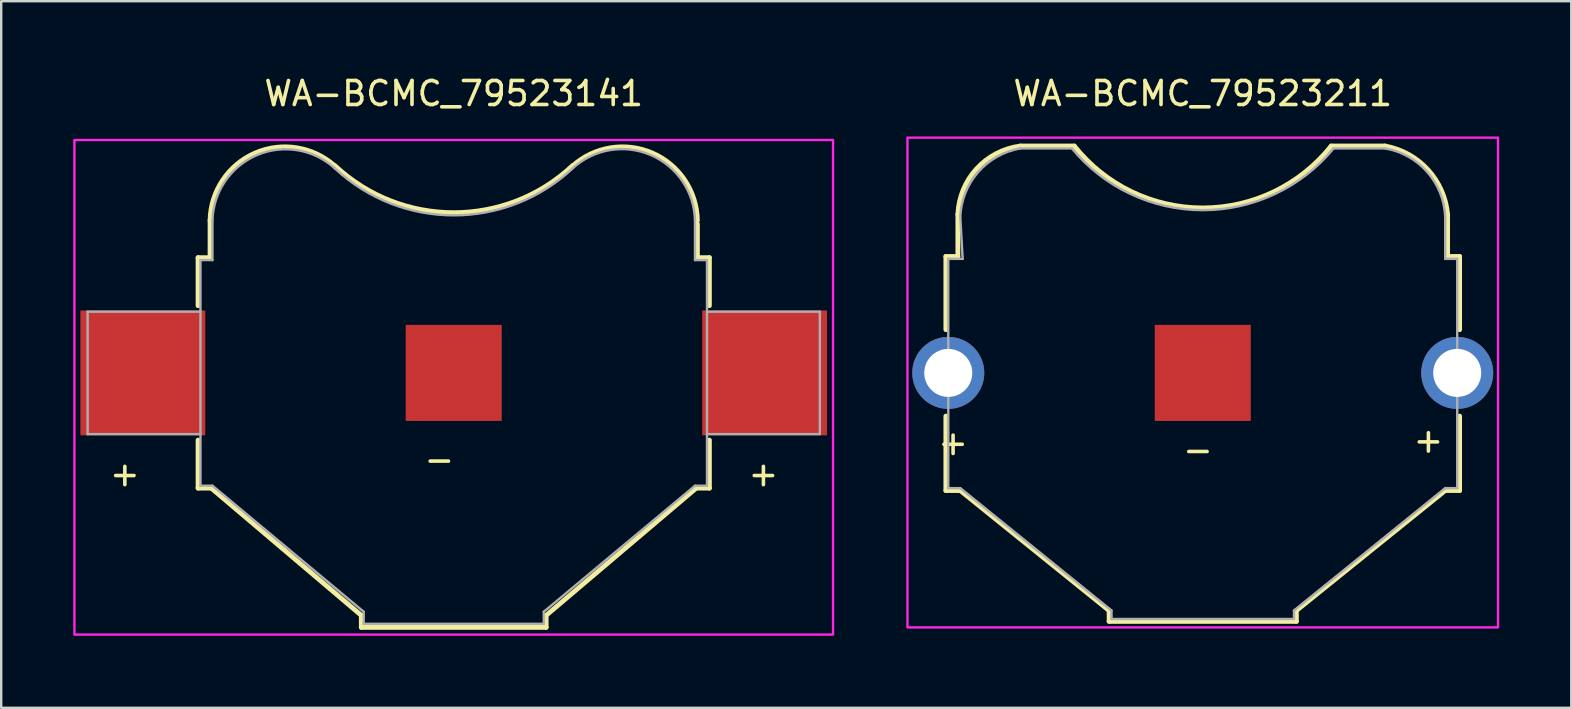
<source format=kicad_pcb>
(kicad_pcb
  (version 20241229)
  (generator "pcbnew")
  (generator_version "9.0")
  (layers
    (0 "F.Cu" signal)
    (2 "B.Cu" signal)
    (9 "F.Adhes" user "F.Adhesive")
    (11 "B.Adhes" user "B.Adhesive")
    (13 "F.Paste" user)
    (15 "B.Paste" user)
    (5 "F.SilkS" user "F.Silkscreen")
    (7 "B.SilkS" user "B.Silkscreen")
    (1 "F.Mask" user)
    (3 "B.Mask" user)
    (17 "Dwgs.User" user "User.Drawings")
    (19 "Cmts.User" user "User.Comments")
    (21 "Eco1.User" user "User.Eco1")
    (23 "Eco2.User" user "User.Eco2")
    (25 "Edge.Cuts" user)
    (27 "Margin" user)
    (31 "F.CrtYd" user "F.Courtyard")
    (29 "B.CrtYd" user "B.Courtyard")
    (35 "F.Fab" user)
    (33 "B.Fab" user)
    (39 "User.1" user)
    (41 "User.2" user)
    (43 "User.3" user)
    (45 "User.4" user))
  (footprint "WA-BCMC_79523211"
    (layer "F.Cu")
    (at 47.05 12.483)
    (property "Reference" "WA-BCMC_79523211" (at 0 -11.635 0) (layer "F.SilkS") (effects (font (size 1 1) (thickness 0.15))))
    (attr through_hole)
    (fp_poly (pts (xy -10.1 4.8) (xy -10.6 4.8) (xy -10.6 -4.75) (xy -10.1 -4.75) (xy -10.1 -6.5) (xy -10.093 -6.621) (xy -10.079 -6.757) (xy -10.058 -6.892) (xy -10.032 -7.026) (xy -10 -7.159) (xy -9.961 -7.291) (xy -9.917 -7.42) (xy -9.867 -7.547) (xy -9.811 -7.672) (xy -9.75 -7.794) (xy -9.683 -7.914) (xy -9.61 -8.03) (xy -9.533 -8.143) (xy -9.45 -8.252) (xy -9.363 -8.357) (xy -9.271 -8.458) (xy -9.174 -8.555) (xy -9.073 -8.647) (xy -8.969 -8.735) (xy -8.86 -8.818) (xy -8.747 -8.896) (xy -8.631 -8.969) (xy -8.512 -9.036) (xy -8.39 -9.098) (xy -8.266 -9.154) (xy -8.139 -9.205) (xy -8.009 -9.25) (xy -7.878 -9.288) (xy -7.745 -9.321) (xy -7.6 -9.35) (xy -5.45 -9.35) (xy -5.138 -8.996) (xy -4.847 -8.705) (xy -4.54 -8.432) (xy -4.218 -8.177) (xy -3.881 -7.942) (xy -3.532 -7.726) (xy -3.17 -7.531) (xy -2.798 -7.357) (xy -2.416 -7.206) (xy -2.026 -7.076) (xy -1.629 -6.97) (xy -1.227 -6.887) (xy -0.82 -6.828) (xy -0.411 -6.792) (xy 0 -6.78) (xy 0.411 -6.792) (xy 0.82 -6.828) (xy 1.227 -6.887) (xy 1.629 -6.97) (xy 2.026 -7.076) (xy 2.416 -7.206) (xy 2.798 -7.357) (xy 3.17 -7.531) (xy 3.532 -7.726) (xy 3.881 -7.942) (xy 4.218 -8.177) (xy 4.54 -8.432) (xy 4.847 -8.705) (xy 5.138 -8.996) (xy 5.45 -9.35) (xy 7.6 -9.35) (xy 7.745 -9.321) (xy 7.878 -9.288) (xy 8.009 -9.25) (xy 8.139 -9.205) (xy 8.266 -9.154) (xy 8.39 -9.098) (xy 8.512 -9.036) (xy 8.631 -8.969) (xy 8.747 -8.896) (xy 8.86 -8.818) (xy 8.969 -8.735) (xy 9.073 -8.647) (xy 9.174 -8.555) (xy 9.271 -8.458) (xy 9.363 -8.357) (xy 9.45 -8.252) (xy 9.533 -8.143) (xy 9.61 -8.03) (xy 9.683 -7.914) (xy 9.75 -7.794) (xy 9.811 -7.672) (xy 9.867 -7.547) (xy 9.917 -7.42) (xy 9.961 -7.291) (xy 10 -7.159) (xy 10.032 -7.026) (xy 10.058 -6.892) (xy 10.079 -6.757) (xy 10.093 -6.621) (xy 10.1 -6.5) (xy 10.1 -4.75) (xy 10.6 -4.75) (xy 10.6 4.8) (xy 10.1 4.8) (xy 3.8 9.9) (xy 3.8 10.25) (xy -3.8 10.25) (xy -3.8 9.9) (xy -10.1 4.8)) (stroke (width 0.1) (type solid)) (fill yes) (layer "F.Mask"))
    (fp_line (start -10.7 -4.85) (end -10.2 -4.85) (stroke (width 0.2) (type solid)) (layer "F.SilkS"))
    (fp_line (start -10.7 -1.8) (end -10.7 -4.85) (stroke (width 0.2) (type solid)) (layer "F.SilkS"))
    (fp_line (start -10.7 1.8) (end -10.7 4.9) (stroke (width 0.2) (type solid)) (layer "F.SilkS"))
    (fp_line (start -10.7 4.9) (end -10.1 4.9) (stroke (width 0.2) (type solid)) (layer "F.SilkS"))
    (fp_line (start -10.2 -4.85) (end -10.2 -6.6) (stroke (width 0.2) (type solid)) (layer "F.SilkS"))
    (fp_line (start -7.6 -9.45) (end -5.35 -9.45) (stroke (width 0.2) (type solid)) (layer "F.SilkS"))
    (fp_line (start -3.9 9.9) (end -10.1 4.9) (stroke (width 0.2) (type solid)) (layer "F.SilkS"))
    (fp_line (start -3.9 10.35) (end -3.9 9.9) (stroke (width 0.2) (type solid)) (layer "F.SilkS"))
    (fp_line (start -3.9 10.35) (end 3.9 10.35) (stroke (width 0.2) (type solid)) (layer "F.SilkS"))
    (fp_line (start 3.9 9.9) (end 10.1 4.9) (stroke (width 0.2) (type solid)) (layer "F.SilkS"))
    (fp_line (start 3.9 10.35) (end 3.9 9.9) (stroke (width 0.2) (type solid)) (layer "F.SilkS"))
    (fp_line (start 5.35 -9.45) (end 7.6 -9.45) (stroke (width 0.2) (type solid)) (layer "F.SilkS"))
    (fp_line (start 10.1 4.9) (end 10.7 4.9) (stroke (width 0.2) (type solid)) (layer "F.SilkS"))
    (fp_line (start 10.2 -4.85) (end 10.2 -6.6) (stroke (width 0.2) (type solid)) (layer "F.SilkS"))
    (fp_line (start 10.7 -4.85) (end 10.2 -4.85) (stroke (width 0.2) (type solid)) (layer "F.SilkS"))
    (fp_line (start 10.7 -1.8) (end 10.7 -4.85) (stroke (width 0.2) (type solid)) (layer "F.SilkS"))
    (fp_line (start 10.7 4.9) (end 10.7 1.8) (stroke (width 0.2) (type solid)) (layer "F.SilkS"))
    (fp_arc (start -10.2 -6.6) (mid -9.422154 -8.501351) (end -7.6 -9.45) (stroke (width 0.2) (type solid)) (layer "F.SilkS"))
    (fp_arc (start 5.35 -9.45) (mid 0 -6.871193) (end -5.35 -9.45) (stroke (width 0.2) (type solid)) (layer "F.SilkS"))
    (fp_arc (start 7.6 -9.45) (mid 9.380251 -8.463124) (end 10.2 -6.6) (stroke (width 0.2) (type solid)) (layer "F.SilkS"))
    (fp_poly (pts (xy -12.3 -9.8) (xy 12.3 -9.8) (xy 12.3 10.6) (xy -12.3 10.6)) (stroke (width 0.1) (type solid)) (fill no) (layer "F.CrtYd"))
    (fp_line (start -10.6 -4.75) (end -10.6 4.8) (stroke (width 0.1) (type solid)) (layer "F.Fab"))
    (fp_line (start -10.6 -4.75) (end -10 -4.75) (stroke (width 0.1) (type solid)) (layer "F.Fab"))
    (fp_line (start -10.6 4.8) (end -10.1 4.8) (stroke (width 0.1) (type solid)) (layer "F.Fab"))
    (fp_line (start -10 -4.75) (end -10.1 -6.5) (stroke (width 0.1) (type solid)) (layer "F.Fab"))
    (fp_line (start -7.6 -9.35) (end -5.45 -9.35) (stroke (width 0.1) (type solid)) (layer "F.Fab"))
    (fp_line (start -3.8 9.9) (end -10.1 4.8) (stroke (width 0.1) (type solid)) (layer "F.Fab"))
    (fp_line (start -3.8 10.25) (end -3.8 9.9) (stroke (width 0.1) (type solid)) (layer "F.Fab"))
    (fp_line (start -3.8 10.25) (end 3.8 10.25) (stroke (width 0.1) (type solid)) (layer "F.Fab"))
    (fp_line (start 3.8 9.9) (end 10.1 4.8) (stroke (width 0.1) (type solid)) (layer "F.Fab"))
    (fp_line (start 3.8 10.25) (end 3.8 9.9) (stroke (width 0.1) (type solid)) (layer "F.Fab"))
    (fp_line (start 7.6 -9.35) (end 5.45 -9.35) (stroke (width 0.1) (type solid)) (layer "F.Fab"))
    (fp_line (start 10.1 -4.75) (end 10.1 -6.5) (stroke (width 0.1) (type solid)) (layer "F.Fab"))
    (fp_line (start 10.1 -4.75) (end 10.6 -4.75) (stroke (width 0.1) (type solid)) (layer "F.Fab"))
    (fp_line (start 10.1 4.8) (end 10.6 4.8) (stroke (width 0.1) (type solid)) (layer "F.Fab"))
    (fp_line (start 10.6 -4.75) (end 10.6 4.8) (stroke (width 0.1) (type solid)) (layer "F.Fab"))
    (fp_arc (start -10.1 -6.499999) (mid -9.354044 -8.367143) (end -7.6 -9.35) (stroke (width 0.1) (type solid)) (layer "F.Fab"))
    (fp_arc (start 5.45 -9.35) (mid 0 -6.779759) (end -5.45 -9.35) (stroke (width 0.1) (type solid)) (layer "F.Fab"))
    (fp_arc (start 7.599999 -9.35) (mid 9.354043 -8.367144) (end 10.1 -6.5) (stroke (width 0.1) (type solid)) (layer "F.Fab"))
    (fp_text user "+" (at 9.4 2.8 0) (layer "F.SilkS") (effects (font (size 1 1) (thickness 0.15))))
    (fp_text user "+" (at -10.4 2.9 0) (layer "F.SilkS") (effects (font (size 1 1) (thickness 0.15))))
    (fp_text user "-" (at -0.2 3.2 0) (layer "F.SilkS") (effects (font (size 1 1) (thickness 0.15))))
    (pad "-" smd rect (at 0 0) (size 4 4) (layers "F.Cu" "F.Mask" "F.Paste"))
    (pad "1" thru_hole circle (at -10.6 0) (size 3 3) (drill 2) (layers "*.Cu" "*.Mask"))
    (pad "2" thru_hole circle (at 10.6 0) (size 3 3) (drill 2) (layers "*.Cu" "*.Mask")))
  (footprint "WA-BCMC_79523141"
    (layer "F.Cu")
    (at 15.85 12.483)
    (property "Reference" "WA-BCMC_79523141" (at 0 -11.635 0) (layer "F.SilkS") (effects (font (size 1 1) (thickness 0.15))))
    (attr smd)
    (fp_poly (pts (xy -10.55 2.55) (xy -10.55 4.7) (xy -10.05 4.7) (xy -3.75 9.95) (xy -3.75 10.45) (xy 3.75 10.45) (xy 3.75 9.95) (xy 10.05 4.7) (xy 10.55 4.7) (xy 10.55 2.55) (xy 10.55 -2.55) (xy 10.55 -4.7) (xy 10.05 -4.7) (xy 10.05 -6.35) (xy 10.037 -6.566) (xy 10.006 -6.798) (xy 9.958 -7.026) (xy 9.892 -7.25) (xy 9.809 -7.469) (xy 9.71 -7.68) (xy 9.594 -7.883) (xy 9.464 -8.077) (xy 9.318 -8.26) (xy 9.16 -8.431) (xy 8.988 -8.59) (xy 8.805 -8.735) (xy 8.612 -8.866) (xy 8.409 -8.981) (xy 8.197 -9.08) (xy 7.979 -9.163) (xy 7.755 -9.229) (xy 7.526 -9.278) (xy 7.295 -9.309) (xy 7.062 -9.322) (xy 6.828 -9.317) (xy 6.596 -9.294) (xy 6.366 -9.254) (xy 6.139 -9.195) (xy 5.918 -9.12) (xy 5.704 -9.028) (xy 5.497 -8.92) (xy 5.299 -8.796) (xy 5.111 -8.658) (xy 4.95 -8.52) (xy 4.668 -8.269) (xy 4.385 -8.043) (xy 4.091 -7.831) (xy 3.787 -7.633) (xy 3.474 -7.452) (xy 3.152 -7.286) (xy 2.822 -7.136) (xy 2.485 -7.004) (xy 2.141 -6.888) (xy 1.793 -6.789) (xy 1.44 -6.709) (xy 1.083 -6.645) (xy 0.723 -6.6) (xy 0.362 -6.573) (xy 0 -6.564) (xy -0.362 -6.573) (xy -0.723 -6.6) (xy -1.083 -6.645) (xy -1.44 -6.709) (xy -1.793 -6.789) (xy -2.141 -6.888) (xy -2.485 -7.004) (xy -2.822 -7.136) (xy -3.152 -7.286) (xy -3.474 -7.452) (xy -3.787 -7.633) (xy -4.091 -7.831) (xy -4.385 -8.043) (xy -4.668 -8.269) (xy -4.95 -8.52) (xy -5.142 -8.682) (xy -5.33 -8.815) (xy -5.527 -8.935) (xy -5.733 -9.039) (xy -5.946 -9.127) (xy -6.164 -9.199) (xy -6.388 -9.254) (xy -6.615 -9.292) (xy -6.845 -9.313) (xy -7.075 -9.316) (xy -7.305 -9.302) (xy -7.533 -9.27) (xy -7.759 -9.222) (xy -7.979 -9.156) (xy -8.195 -9.074) (xy -8.403 -8.977) (xy -8.604 -8.863) (xy -8.795 -8.735) (xy -8.976 -8.592) (xy -9.146 -8.437) (xy -9.304 -8.269) (xy -9.448 -8.089) (xy -9.579 -7.899) (xy -9.694 -7.7) (xy -9.795 -7.493) (xy -9.879 -7.279) (xy -9.947 -7.058) (xy -9.998 -6.834) (xy -10.032 -6.606) (xy -10.05 -6.35) (xy -10.05 -4.7) (xy -10.55 -4.7) (xy -10.55 -2.55) (xy -10.55 2.55)) (stroke (width 0.1) (type solid)) (fill yes) (layer "F.Mask"))
    (fp_line (start -10.65 -4.8) (end -10.15 -4.8) (stroke (width 0.2) (type solid)) (layer "F.SilkS"))
    (fp_line (start -10.65 -2.8) (end -10.65 -4.8) (stroke (width 0.2) (type solid)) (layer "F.SilkS"))
    (fp_line (start -10.65 2.8) (end -10.65 4.8) (stroke (width 0.2) (type solid)) (layer "F.SilkS"))
    (fp_line (start -10.65 4.8) (end -10.1 4.8) (stroke (width 0.2) (type solid)) (layer "F.SilkS"))
    (fp_line (start -10.15 -4.8) (end -10.15 -6.35) (stroke (width 0.2) (type solid)) (layer "F.SilkS"))
    (fp_line (start -10.1 4.8) (end -3.85 10.1) (stroke (width 0.2) (type solid)) (layer "F.SilkS"))
    (fp_line (start -3.85 10.1) (end -3.85 10.6) (stroke (width 0.2) (type solid)) (layer "F.SilkS"))
    (fp_line (start -3.85 10.6) (end 3.85 10.6) (stroke (width 0.2) (type solid)) (layer "F.SilkS"))
    (fp_line (start 3.85 10.1) (end 10.1 4.8) (stroke (width 0.2) (type solid)) (layer "F.SilkS"))
    (fp_line (start 3.85 10.6) (end 3.85 10.1) (stroke (width 0.2) (type solid)) (layer "F.SilkS"))
    (fp_line (start 10.1 4.8) (end 10.65 4.8) (stroke (width 0.2) (type solid)) (layer "F.SilkS"))
    (fp_line (start 10.15 -4.8) (end 10.15 -6.2) (stroke (width 0.2) (type solid)) (layer "F.SilkS"))
    (fp_line (start 10.15 -4.8) (end 10.65 -4.8) (stroke (width 0.2) (type solid)) (layer "F.SilkS"))
    (fp_line (start 10.65 -2.8) (end 10.65 -4.8) (stroke (width 0.2) (type solid)) (layer "F.SilkS"))
    (fp_line (start 10.65 2.8) (end 10.65 4.8) (stroke (width 0.2) (type solid)) (layer "F.SilkS"))
    (fp_arc (start -10.15 -6.349999) (mid -8.279273 -9.15558) (end -4.95 -8.62) (stroke (width 0.2) (type solid)) (layer "F.SilkS"))
    (fp_arc (start 4.95 -8.62) (mid 0 -6.66407) (end -4.95 -8.62) (stroke (width 0.22) (type solid)) (layer "F.SilkS"))
    (fp_arc (start 4.95 -8.62) (mid 8.279273 -9.15558) (end 10.15 -6.349999) (stroke (width 0.2) (type solid)) (layer "F.SilkS"))
    (fp_poly (pts (xy -15.8 -9.7) (xy 15.8 -9.7) (xy 15.8 10.9) (xy -15.8 10.9)) (stroke (width 0.1) (type solid)) (fill no) (layer "F.CrtYd"))
    (fp_line (start -15.25 -2.55) (end -10.55 -2.55) (stroke (width 0.1) (type solid)) (layer "F.Fab"))
    (fp_line (start -15.25 2.55) (end -15.25 -2.55) (stroke (width 0.1) (type solid)) (layer "F.Fab"))
    (fp_line (start -15.25 2.55) (end -10.55 2.55) (stroke (width 0.1) (type solid)) (layer "F.Fab"))
    (fp_line (start -10.55 -4.7) (end -10.05 -4.7) (stroke (width 0.1) (type solid)) (layer "F.Fab"))
    (fp_line (start -10.55 -2.55) (end -10.55 -4.7) (stroke (width 0.1) (type solid)) (layer "F.Fab"))
    (fp_line (start -10.55 -2.55) (end -10.55 2.55) (stroke (width 0.1) (type solid)) (layer "F.Fab"))
    (fp_line (start -10.55 4.7) (end -10.55 2.55) (stroke (width 0.1) (type solid)) (layer "F.Fab"))
    (fp_line (start -10.55 4.7) (end -10.05 4.7) (stroke (width 0.1) (type solid)) (layer "F.Fab"))
    (fp_line (start -10.05 -4.7) (end -10.05 -6.35) (stroke (width 0.1) (type solid)) (layer "F.Fab"))
    (fp_line (start -3.75 9.95) (end -10.05 4.7) (stroke (width 0.1) (type solid)) (layer "F.Fab"))
    (fp_line (start -3.75 10.45) (end -3.75 9.95) (stroke (width 0.1) (type solid)) (layer "F.Fab"))
    (fp_line (start -3.75 10.45) (end 3.75 10.45) (stroke (width 0.1) (type solid)) (layer "F.Fab"))
    (fp_line (start 3.75 9.95) (end 10.05 4.7) (stroke (width 0.1) (type solid)) (layer "F.Fab"))
    (fp_line (start 3.75 10.45) (end 3.75 9.95) (stroke (width 0.1) (type solid)) (layer "F.Fab"))
    (fp_line (start 10.05 -4.7) (end 10.05 -6.35) (stroke (width 0.1) (type solid)) (layer "F.Fab"))
    (fp_line (start 10.05 4.7) (end 10.55 4.7) (stroke (width 0.1) (type solid)) (layer "F.Fab"))
    (fp_line (start 10.55 -4.7) (end 10.05 -4.7) (stroke (width 0.1) (type solid)) (layer "F.Fab"))
    (fp_line (start 10.55 -2.55) (end 10.55 -4.7) (stroke (width 0.1) (type solid)) (layer "F.Fab"))
    (fp_line (start 10.55 -2.55) (end 10.55 2.55) (stroke (width 0.1) (type solid)) (layer "F.Fab"))
    (fp_line (start 10.55 4.7) (end 10.55 2.55) (stroke (width 0.1) (type solid)) (layer "F.Fab"))
    (fp_line (start 15.25 -2.55) (end 10.55 -2.55) (stroke (width 0.1) (type solid)) (layer "F.Fab"))
    (fp_line (start 15.25 2.55) (end 10.55 2.55) (stroke (width 0.1) (type solid)) (layer "F.Fab"))
    (fp_line (start 15.25 2.55) (end 15.25 -2.55) (stroke (width 0.1) (type solid)) (layer "F.Fab"))
    (fp_arc (start -10.05 -6.350001) (mid -8.197146 -9.073454) (end -4.95 -8.52) (stroke (width 0.1) (type solid)) (layer "F.Fab"))
    (fp_arc (start 4.95 -8.52) (mid 0 -6.56407) (end -4.95 -8.52) (stroke (width 0.1) (type solid)) (layer "F.Fab"))
    (fp_arc (start 4.95 -8.52) (mid 8.199663 -9.079371) (end 10.05 -6.350001) (stroke (width 0.1) (type solid)) (layer "F.Fab"))
    (fp_text user "+" (at 12.9 4.2 0) (layer "F.SilkS") (effects (font (size 1 1) (thickness 0.15))))
    (fp_text user "+" (at -13.7 4.2 0) (layer "F.SilkS") (effects (font (size 1 1) (thickness 0.15))))
    (fp_text user "-" (at -0.6 3.6 0) (layer "F.SilkS") (effects (font (size 1 1) (thickness 0.15))))
    (pad "-" smd rect (at 0 0) (size 4 4) (layers "F.Cu" "F.Mask" "F.Paste"))
    (pad "1" smd rect (at -12.95 0) (size 5.2 5.2) (layers "F.Cu" "F.Mask" "F.Paste"))
    (pad "2" smd rect (at 12.95 0) (size 5.2 5.2) (layers "F.Cu" "F.Mask" "F.Paste")))
  (gr_rect
    (start -3 -3)
    (end 62.4 26.433)
    (stroke (width 0.1) (type default))
    (fill no)
    (layer "Edge.Cuts")))
</source>
